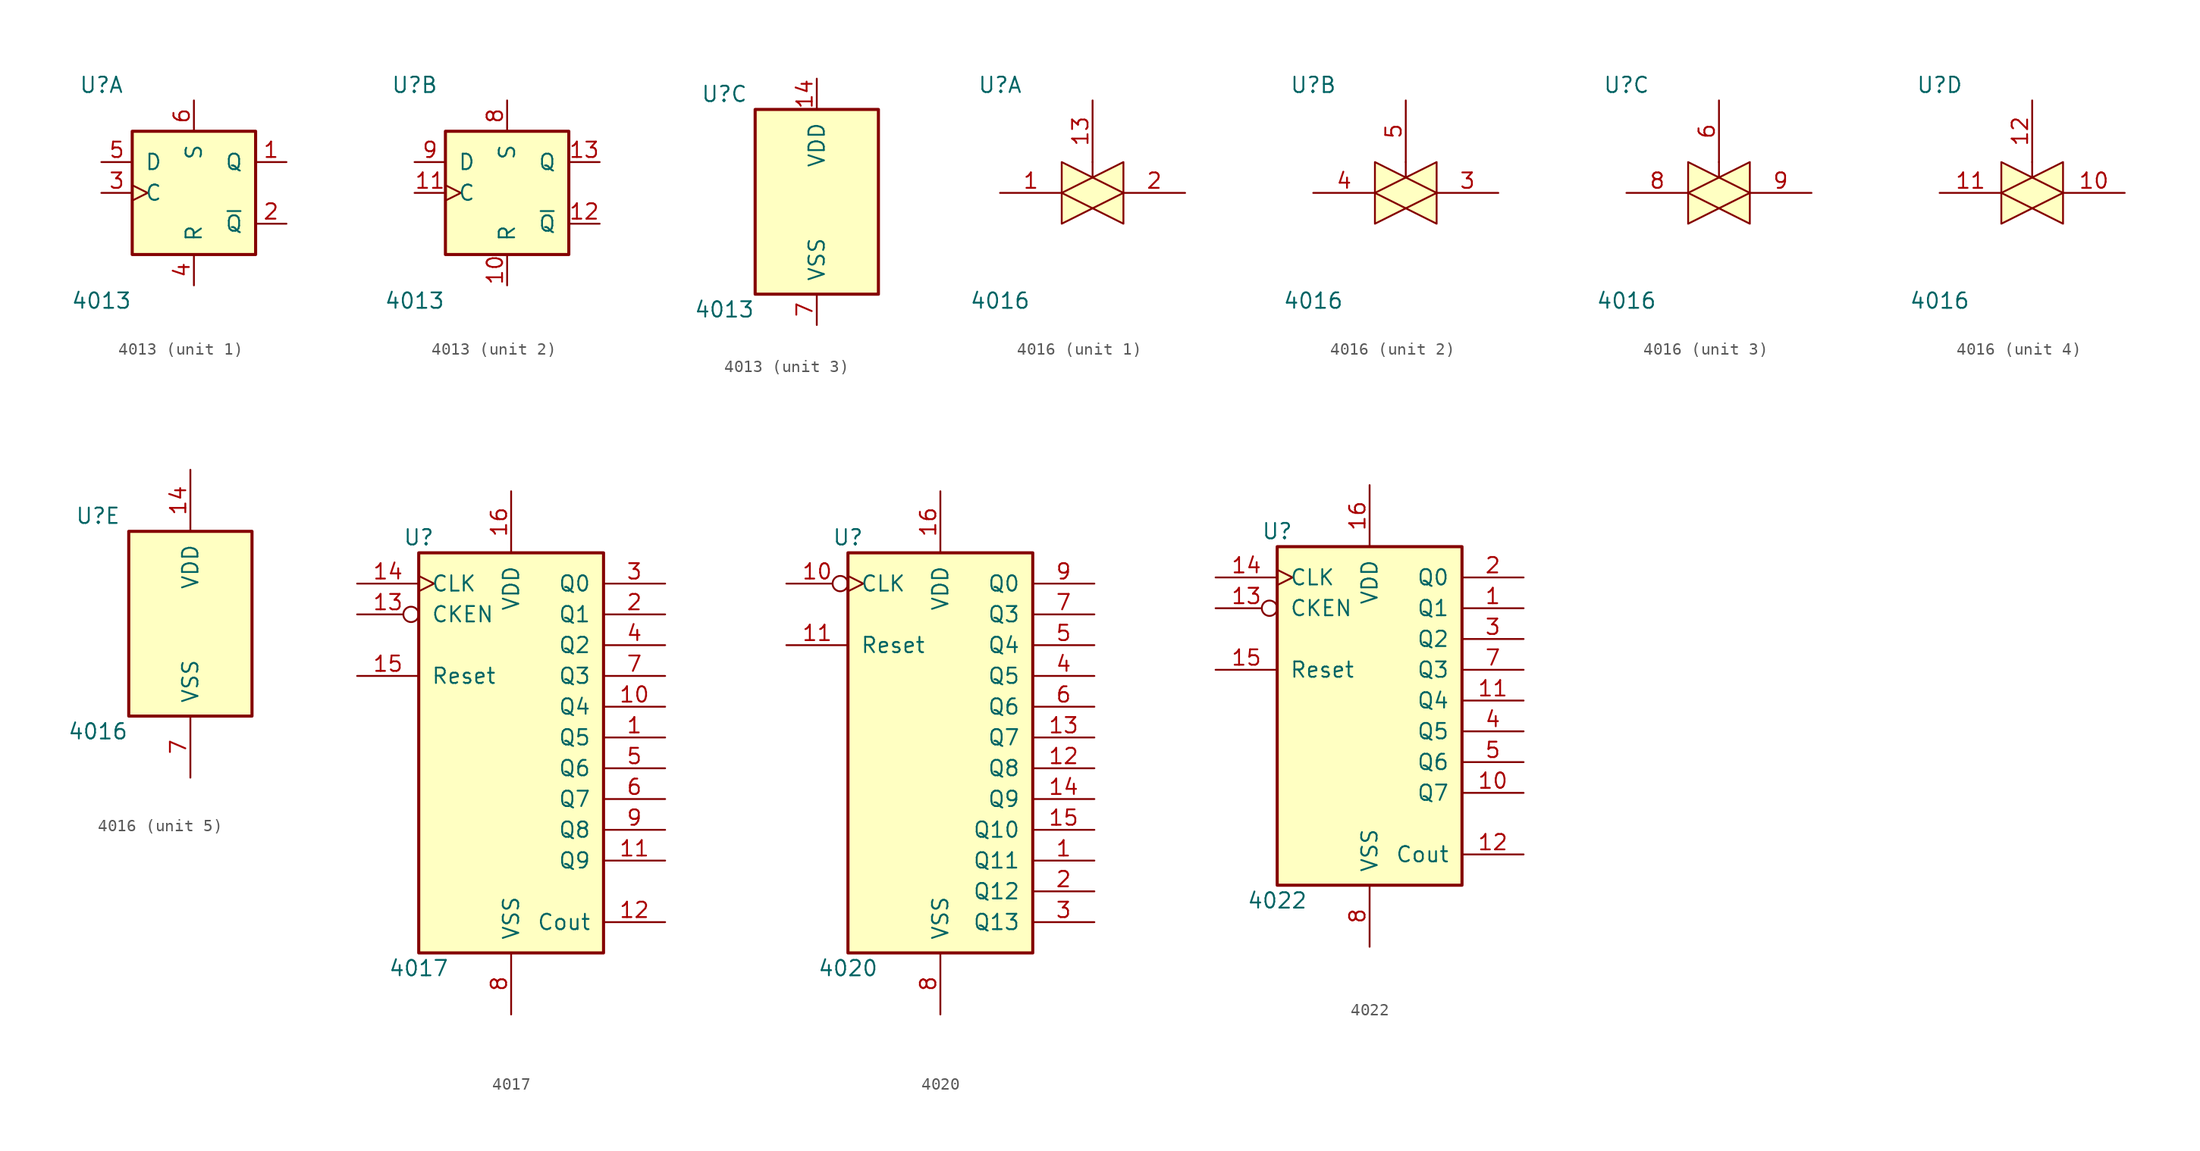
<source format=kicad_sym>
(kicad_symbol_lib
  (version 20201005)
  (generator kicad_symbol_editor)
  (symbol "4013"
    (pin_names
      (offset 1.016))
    (property "Reference" "U"
      (at -7.62 8.89 0)
      (effects (font (size 1.27 1.27))))
    (property "Value" "4013"
      (at -7.62 -8.89 0)
      (effects (font (size 1.27 1.27))))
    (property "ki_locked" ""
      (at 0 0 0)
      (effects (font (size 1.27 1.27))))
    (symbol "4013_1_1"
      (rectangle (start -5.08 5.08) (end 5.08 -5.08) (stroke (width 0.254)) (fill (type background)))
      (pin output line (at 7.62 2.54 180) (length 2.54) (name "Q" (effects (font (size 1.27 1.27)))) (number "1" (effects (font (size 1.27 1.27)))))
      (pin output line (at 7.62 -2.54 180) (length 2.54) (name "~Q" (effects (font (size 1.27 1.27)))) (number "2" (effects (font (size 1.27 1.27)))))
      (pin input clock (at -7.62 0 0) (length 2.54) (name "C" (effects (font (size 1.27 1.27)))) (number "3" (effects (font (size 1.27 1.27)))))
      (pin input line (at 0 -7.62 90) (length 2.54) (name "R" (effects (font (size 1.27 1.27)))) (number "4" (effects (font (size 1.27 1.27)))))
      (pin input line (at -7.62 2.54 0) (length 2.54) (name "D" (effects (font (size 1.27 1.27)))) (number "5" (effects (font (size 1.27 1.27)))))
      (pin input line (at 0 7.62 270) (length 2.54) (name "S" (effects (font (size 1.27 1.27)))) (number "6" (effects (font (size 1.27 1.27))))))
    (symbol "4013_2_1"
      (rectangle (start -5.08 5.08) (end 5.08 -5.08) (stroke (width 0.254)) (fill (type background)))
      (pin input line (at 0 -7.62 90) (length 2.54) (name "R" (effects (font (size 1.27 1.27)))) (number "10" (effects (font (size 1.27 1.27)))))
      (pin input clock (at -7.62 0 0) (length 2.54) (name "C" (effects (font (size 1.27 1.27)))) (number "11" (effects (font (size 1.27 1.27)))))
      (pin output line (at 7.62 -2.54 180) (length 2.54) (name "~Q" (effects (font (size 1.27 1.27)))) (number "12" (effects (font (size 1.27 1.27)))))
      (pin output line (at 7.62 2.54 180) (length 2.54) (name "Q" (effects (font (size 1.27 1.27)))) (number "13" (effects (font (size 1.27 1.27)))))
      (pin input line (at 0 7.62 270) (length 2.54) (name "S" (effects (font (size 1.27 1.27)))) (number "8" (effects (font (size 1.27 1.27)))))
      (pin input line (at -7.62 2.54 0) (length 2.54) (name "D" (effects (font (size 1.27 1.27)))) (number "9" (effects (font (size 1.27 1.27))))))
    (symbol "4013_3_0"
      (pin power_in line (at 0 10.16 270) (length 2.54) (name "VDD" (effects (font (size 1.27 1.27)))) (number "14" (effects (font (size 1.27 1.27)))))
      (pin power_in line (at 0 -10.16 90) (length 2.54) (name "VSS" (effects (font (size 1.27 1.27)))) (number "7" (effects (font (size 1.27 1.27))))))
    (symbol "4013_3_1"
      (rectangle (start -5.08 7.62) (end 5.08 -7.62) (stroke (width 0.254)) (fill (type background)))))
  (symbol "4016"
    (pin_names
      (offset 1.016))
    (property "Reference" "U"
      (at -7.62 8.89 0)
      (effects (font (size 1.27 1.27))))
    (property "Value" "4016"
      (at -7.62 -8.89 0)
      (effects (font (size 1.27 1.27))))
    (property "ki_locked" ""
      (at 0 0 0)
      (effects (font (size 1.27 1.27))))
    (symbol "4016_1_0"
      (polyline (pts (xy 0 1.27) (xy 0 2.54)) (stroke (width 0.152)) (fill (type none)))
      (polyline (pts (xy -2.54 0) (xy 2.54 2.54) (xy 2.54 -2.54) (xy -2.54 0)) (stroke (width 0)) (fill (type background)))
      (polyline (pts (xy -2.54 2.54) (xy 2.54 0) (xy -2.54 -2.54) (xy -2.54 2.54)) (stroke (width 0)) (fill (type background)))
      (pin passive line (at -7.62 0 0) (length 5.08) (name "~" (effects (font (size 1.27 1.27)))) (number "1" (effects (font (size 1.27 1.27)))))
      (pin input line (at 0 7.62 270) (length 5.08) (name "~" (effects (font (size 1.27 1.27)))) (number "13" (effects (font (size 1.27 1.27)))))
      (pin passive line (at 7.62 0 180) (length 5.08) (name "~" (effects (font (size 1.27 1.27)))) (number "2" (effects (font (size 1.27 1.27))))))
    (symbol "4016_2_0"
      (polyline (pts (xy 0 1.27) (xy 0 2.54)) (stroke (width 0.152)) (fill (type none)))
      (polyline (pts (xy -2.54 0) (xy 2.54 2.54) (xy 2.54 -2.54) (xy -2.54 0)) (stroke (width 0)) (fill (type background)))
      (polyline (pts (xy -2.54 2.54) (xy 2.54 0) (xy -2.54 -2.54) (xy -2.54 2.54)) (stroke (width 0)) (fill (type background)))
      (pin passive line (at 7.62 0 180) (length 5.08) (name "~" (effects (font (size 1.27 1.27)))) (number "3" (effects (font (size 1.27 1.27)))))
      (pin passive line (at -7.62 0 0) (length 5.08) (name "~" (effects (font (size 1.27 1.27)))) (number "4" (effects (font (size 1.27 1.27)))))
      (pin input line (at 0 7.62 270) (length 5.08) (name "~" (effects (font (size 1.27 1.27)))) (number "5" (effects (font (size 1.27 1.27))))))
    (symbol "4016_3_0"
      (polyline (pts (xy 0 1.27) (xy 0 2.54)) (stroke (width 0.152)) (fill (type none)))
      (polyline (pts (xy -2.54 0) (xy 2.54 2.54) (xy 2.54 -2.54) (xy -2.54 0)) (stroke (width 0)) (fill (type background)))
      (polyline (pts (xy -2.54 2.54) (xy 2.54 0) (xy -2.54 -2.54) (xy -2.54 2.54)) (stroke (width 0)) (fill (type background)))
      (pin input line (at 0 7.62 270) (length 5.08) (name "~" (effects (font (size 1.27 1.27)))) (number "6" (effects (font (size 1.27 1.27)))))
      (pin passive line (at -7.62 0 0) (length 5.08) (name "~" (effects (font (size 1.27 1.27)))) (number "8" (effects (font (size 1.27 1.27)))))
      (pin passive line (at 7.62 0 180) (length 5.08) (name "~" (effects (font (size 1.27 1.27)))) (number "9" (effects (font (size 1.27 1.27))))))
    (symbol "4016_4_0"
      (polyline (pts (xy 0 1.27) (xy 0 2.54)) (stroke (width 0.152)) (fill (type none)))
      (polyline (pts (xy -2.54 0) (xy 2.54 2.54) (xy 2.54 -2.54) (xy -2.54 0)) (stroke (width 0)) (fill (type background)))
      (polyline (pts (xy -2.54 2.54) (xy 2.54 0) (xy -2.54 -2.54) (xy -2.54 2.54)) (stroke (width 0)) (fill (type background)))
      (pin passive line (at 7.62 0 180) (length 5.08) (name "~" (effects (font (size 1.27 1.27)))) (number "10" (effects (font (size 1.27 1.27)))))
      (pin passive line (at -7.62 0 0) (length 5.08) (name "~" (effects (font (size 1.27 1.27)))) (number "11" (effects (font (size 1.27 1.27)))))
      (pin input line (at 0 7.62 270) (length 5.08) (name "~" (effects (font (size 1.27 1.27)))) (number "12" (effects (font (size 1.27 1.27))))))
    (symbol "4016_5_0"
      (pin power_in line (at 0 12.7 270) (length 5.08) (name "VDD" (effects (font (size 1.27 1.27)))) (number "14" (effects (font (size 1.27 1.27)))))
      (pin power_in line (at 0 -12.7 90) (length 5.08) (name "VSS" (effects (font (size 1.27 1.27)))) (number "7" (effects (font (size 1.27 1.27))))))
    (symbol "4016_5_1"
      (rectangle (start -5.08 7.62) (end 5.08 -7.62) (stroke (width 0.254)) (fill (type background)))))
  (symbol "4017"
    (pin_names
      (offset 1.016))
    (property "Reference" "U"
      (at -7.62 16.51 0)
      (effects (font (size 1.27 1.27))))
    (property "Value" "4017"
      (at -7.62 -19.05 0)
      (effects (font (size 1.27 1.27))))
    (property "ki_locked" ""
      (at 0 0 0)
      (effects (font (size 1.27 1.27))))
    (symbol "4017_1_0"
      (pin output line (at 12.7 0 180) (length 5.08) (name "Q5" (effects (font (size 1.27 1.27)))) (number "1" (effects (font (size 1.27 1.27)))))
      (pin output line (at 12.7 2.54 180) (length 5.08) (name "Q4" (effects (font (size 1.27 1.27)))) (number "10" (effects (font (size 1.27 1.27)))))
      (pin output line (at 12.7 -10.16 180) (length 5.08) (name "Q9" (effects (font (size 1.27 1.27)))) (number "11" (effects (font (size 1.27 1.27)))))
      (pin output line (at 12.7 -15.24 180) (length 5.08) (name "Cout" (effects (font (size 1.27 1.27)))) (number "12" (effects (font (size 1.27 1.27)))))
      (pin input inverted (at -12.7 10.16 0) (length 5.08) (name "CKEN" (effects (font (size 1.27 1.27)))) (number "13" (effects (font (size 1.27 1.27)))))
      (pin input clock (at -12.7 12.7 0) (length 5.08) (name "CLK" (effects (font (size 1.27 1.27)))) (number "14" (effects (font (size 1.27 1.27)))))
      (pin input line (at -12.7 5.08 0) (length 5.08) (name "Reset" (effects (font (size 1.27 1.27)))) (number "15" (effects (font (size 1.27 1.27)))))
      (pin power_in line (at 0 20.32 270) (length 5.08) (name "VDD" (effects (font (size 1.27 1.27)))) (number "16" (effects (font (size 1.27 1.27)))))
      (pin output line (at 12.7 10.16 180) (length 5.08) (name "Q1" (effects (font (size 1.27 1.27)))) (number "2" (effects (font (size 1.27 1.27)))))
      (pin output line (at 12.7 12.7 180) (length 5.08) (name "Q0" (effects (font (size 1.27 1.27)))) (number "3" (effects (font (size 1.27 1.27)))))
      (pin output line (at 12.7 7.62 180) (length 5.08) (name "Q2" (effects (font (size 1.27 1.27)))) (number "4" (effects (font (size 1.27 1.27)))))
      (pin output line (at 12.7 -2.54 180) (length 5.08) (name "Q6" (effects (font (size 1.27 1.27)))) (number "5" (effects (font (size 1.27 1.27)))))
      (pin output line (at 12.7 -5.08 180) (length 5.08) (name "Q7" (effects (font (size 1.27 1.27)))) (number "6" (effects (font (size 1.27 1.27)))))
      (pin output line (at 12.7 5.08 180) (length 5.08) (name "Q3" (effects (font (size 1.27 1.27)))) (number "7" (effects (font (size 1.27 1.27)))))
      (pin power_in line (at 0 -22.86 90) (length 5.08) (name "VSS" (effects (font (size 1.27 1.27)))) (number "8" (effects (font (size 1.27 1.27)))))
      (pin output line (at 12.7 -7.62 180) (length 5.08) (name "Q8" (effects (font (size 1.27 1.27)))) (number "9" (effects (font (size 1.27 1.27))))))
    (symbol "4017_1_1"
      (rectangle (start -7.62 15.24) (end 7.62 -17.78) (stroke (width 0.254)) (fill (type background)))))
  (symbol "4020"
    (pin_names
      (offset 1.016))
    (property "Reference" "U"
      (at -7.62 16.51 0)
      (effects (font (size 1.27 1.27))))
    (property "Value" "4020"
      (at -7.62 -19.05 0)
      (effects (font (size 1.27 1.27))))
    (property "ki_locked" ""
      (at 0 0 0)
      (effects (font (size 1.27 1.27))))
    (symbol "4020_1_0"
      (pin output line (at 12.7 -10.16 180) (length 5.08) (name "Q11" (effects (font (size 1.27 1.27)))) (number "1" (effects (font (size 1.27 1.27)))))
      (pin input inverted_clock (at -12.7 12.7 0) (length 5.08) (name "CLK" (effects (font (size 1.27 1.27)))) (number "10" (effects (font (size 1.27 1.27)))))
      (pin input line (at -12.7 7.62 0) (length 5.08) (name "Reset" (effects (font (size 1.27 1.27)))) (number "11" (effects (font (size 1.27 1.27)))))
      (pin output line (at 12.7 -2.54 180) (length 5.08) (name "Q8" (effects (font (size 1.27 1.27)))) (number "12" (effects (font (size 1.27 1.27)))))
      (pin output line (at 12.7 0 180) (length 5.08) (name "Q7" (effects (font (size 1.27 1.27)))) (number "13" (effects (font (size 1.27 1.27)))))
      (pin output line (at 12.7 -5.08 180) (length 5.08) (name "Q9" (effects (font (size 1.27 1.27)))) (number "14" (effects (font (size 1.27 1.27)))))
      (pin output line (at 12.7 -7.62 180) (length 5.08) (name "Q10" (effects (font (size 1.27 1.27)))) (number "15" (effects (font (size 1.27 1.27)))))
      (pin power_in line (at 0 20.32 270) (length 5.08) (name "VDD" (effects (font (size 1.27 1.27)))) (number "16" (effects (font (size 1.27 1.27)))))
      (pin output line (at 12.7 -12.7 180) (length 5.08) (name "Q12" (effects (font (size 1.27 1.27)))) (number "2" (effects (font (size 1.27 1.27)))))
      (pin output line (at 12.7 -15.24 180) (length 5.08) (name "Q13" (effects (font (size 1.27 1.27)))) (number "3" (effects (font (size 1.27 1.27)))))
      (pin output line (at 12.7 5.08 180) (length 5.08) (name "Q5" (effects (font (size 1.27 1.27)))) (number "4" (effects (font (size 1.27 1.27)))))
      (pin output line (at 12.7 7.62 180) (length 5.08) (name "Q4" (effects (font (size 1.27 1.27)))) (number "5" (effects (font (size 1.27 1.27)))))
      (pin output line (at 12.7 2.54 180) (length 5.08) (name "Q6" (effects (font (size 1.27 1.27)))) (number "6" (effects (font (size 1.27 1.27)))))
      (pin output line (at 12.7 10.16 180) (length 5.08) (name "Q3" (effects (font (size 1.27 1.27)))) (number "7" (effects (font (size 1.27 1.27)))))
      (pin power_in line (at 0 -22.86 90) (length 5.08) (name "VSS" (effects (font (size 1.27 1.27)))) (number "8" (effects (font (size 1.27 1.27)))))
      (pin output line (at 12.7 12.7 180) (length 5.08) (name "Q0" (effects (font (size 1.27 1.27)))) (number "9" (effects (font (size 1.27 1.27))))))
    (symbol "4020_1_1"
      (rectangle (start -7.62 15.24) (end 7.62 -17.78) (stroke (width 0.254)) (fill (type background)))))
  (symbol "4022"
    (pin_names
      (offset 1.016))
    (property "Reference" "U"
      (at -7.62 13.97 0)
      (effects (font (size 1.27 1.27))))
    (property "Value" "4022"
      (at -7.62 -16.51 0)
      (effects (font (size 1.27 1.27))))
    (property "ki_locked" ""
      (at 0 0 0)
      (effects (font (size 1.27 1.27))))
    (symbol "4022_1_0"
      (pin output line (at 12.7 7.62 180) (length 5.08) (name "Q1" (effects (font (size 1.27 1.27)))) (number "1" (effects (font (size 1.27 1.27)))))
      (pin output line (at 12.7 -7.62 180) (length 5.08) (name "Q7" (effects (font (size 1.27 1.27)))) (number "10" (effects (font (size 1.27 1.27)))))
      (pin output line (at 12.7 0 180) (length 5.08) (name "Q4" (effects (font (size 1.27 1.27)))) (number "11" (effects (font (size 1.27 1.27)))))
      (pin output line (at 12.7 -12.7 180) (length 5.08) (name "Cout" (effects (font (size 1.27 1.27)))) (number "12" (effects (font (size 1.27 1.27)))))
      (pin input inverted (at -12.7 7.62 0) (length 5.08) (name "CKEN" (effects (font (size 1.27 1.27)))) (number "13" (effects (font (size 1.27 1.27)))))
      (pin input clock (at -12.7 10.16 0) (length 5.08) (name "CLK" (effects (font (size 1.27 1.27)))) (number "14" (effects (font (size 1.27 1.27)))))
      (pin input line (at -12.7 2.54 0) (length 5.08) (name "Reset" (effects (font (size 1.27 1.27)))) (number "15" (effects (font (size 1.27 1.27)))))
      (pin power_in line (at 0 17.78 270) (length 5.08) (name "VDD" (effects (font (size 1.27 1.27)))) (number "16" (effects (font (size 1.27 1.27)))))
      (pin output line (at 12.7 10.16 180) (length 5.08) (name "Q0" (effects (font (size 1.27 1.27)))) (number "2" (effects (font (size 1.27 1.27)))))
      (pin output line (at 12.7 5.08 180) (length 5.08) (name "Q2" (effects (font (size 1.27 1.27)))) (number "3" (effects (font (size 1.27 1.27)))))
      (pin output line (at 12.7 -2.54 180) (length 5.08) (name "Q5" (effects (font (size 1.27 1.27)))) (number "4" (effects (font (size 1.27 1.27)))))
      (pin output line (at 12.7 -5.08 180) (length 5.08) (name "Q6" (effects (font (size 1.27 1.27)))) (number "5" (effects (font (size 1.27 1.27)))))
      (pin output line (at 12.7 2.54 180) (length 5.08) (name "Q3" (effects (font (size 1.27 1.27)))) (number "7" (effects (font (size 1.27 1.27)))))
      (pin power_in line (at 0 -20.32 90) (length 5.08) (name "VSS" (effects (font (size 1.27 1.27)))) (number "8" (effects (font (size 1.27 1.27))))))
    (symbol "4022_1_1"
      (rectangle (start -7.62 12.7) (end 7.62 -15.24) (stroke (width 0.254)) (fill (type background))))))
</source>
